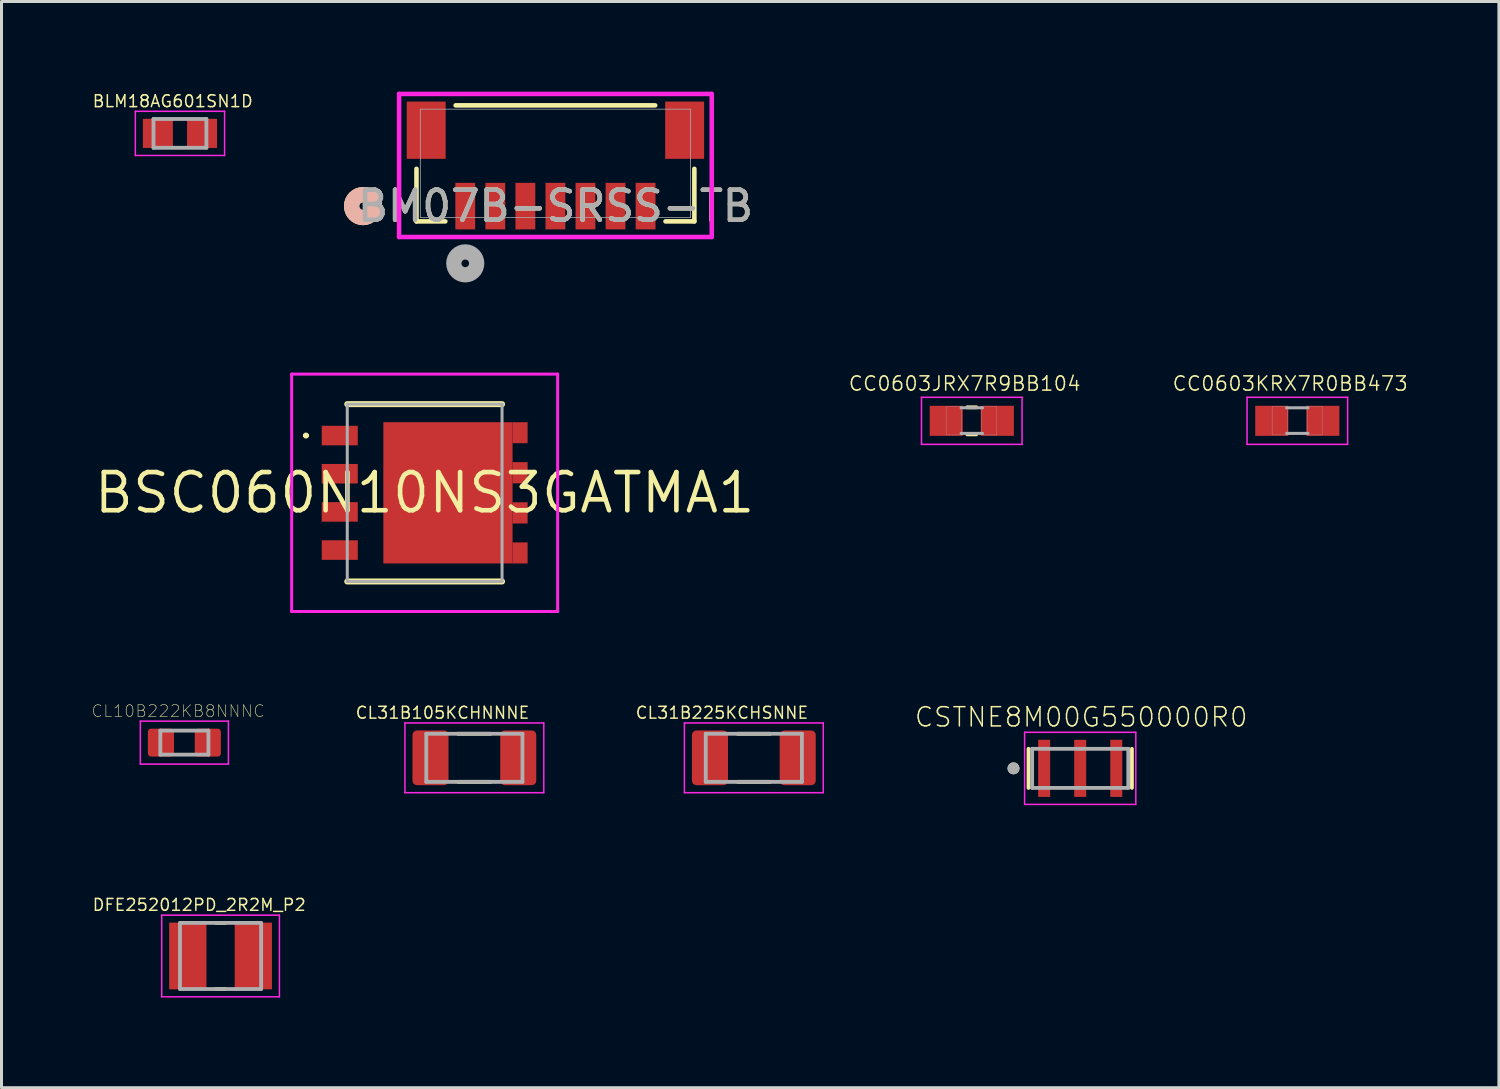
<source format=kicad_pcb>
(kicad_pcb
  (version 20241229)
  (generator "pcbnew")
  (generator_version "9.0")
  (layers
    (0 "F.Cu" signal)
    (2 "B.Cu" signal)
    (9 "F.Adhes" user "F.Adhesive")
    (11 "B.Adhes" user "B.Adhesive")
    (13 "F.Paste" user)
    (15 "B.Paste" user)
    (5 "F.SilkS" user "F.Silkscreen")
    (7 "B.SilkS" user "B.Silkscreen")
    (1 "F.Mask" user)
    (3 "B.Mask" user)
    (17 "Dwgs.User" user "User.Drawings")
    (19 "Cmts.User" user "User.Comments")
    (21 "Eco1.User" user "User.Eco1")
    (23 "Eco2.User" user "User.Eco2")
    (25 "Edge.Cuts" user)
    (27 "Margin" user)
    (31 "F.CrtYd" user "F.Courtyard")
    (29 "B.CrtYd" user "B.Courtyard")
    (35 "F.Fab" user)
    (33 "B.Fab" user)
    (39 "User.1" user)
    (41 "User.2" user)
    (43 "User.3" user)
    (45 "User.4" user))
  (footprint "CL31B225KCHSNNE"
    (layer "F.Cu")
    (at 22.033 22.166)
    (property "Reference" "CL31B225KCHSNNE" (at -1.06 -1.5 0) (layer "F.SilkS") (effects (font (size 0.394 0.394) (thickness 0.05))))
    (attr smd)
    (fp_line (start -0.54 -0.8) (end 0.54 -0.8) (stroke (width 0.127) (type solid)) (layer "F.SilkS"))
    (fp_line (start -0.54 0.8) (end 0.54 0.8) (stroke (width 0.127) (type solid)) (layer "F.SilkS"))
    (fp_line (start -2.31 -1.16) (end 2.31 -1.16) (stroke (width 0.05) (type solid)) (layer "F.CrtYd"))
    (fp_line (start -2.31 1.16) (end -2.31 -1.16) (stroke (width 0.05) (type solid)) (layer "F.CrtYd"))
    (fp_line (start -2.31 1.16) (end 2.31 1.16) (stroke (width 0.05) (type solid)) (layer "F.CrtYd"))
    (fp_line (start 2.31 1.16) (end 2.31 -1.16) (stroke (width 0.05) (type solid)) (layer "F.CrtYd"))
    (fp_line (start -1.6 0.8) (end -1.6 -0.8) (stroke (width 0.127) (type solid)) (layer "F.Fab"))
    (fp_line (start 1.6 -0.8) (end -1.6 -0.8) (stroke (width 0.127) (type solid)) (layer "F.Fab"))
    (fp_line (start 1.6 0.8) (end -1.6 0.8) (stroke (width 0.127) (type solid)) (layer "F.Fab"))
    (fp_line (start 1.6 0.8) (end 1.6 -0.8) (stroke (width 0.127) (type solid)) (layer "F.Fab"))
    (pad "1" smd roundrect (at -1.46 0) (size 1.2 1.82) (layers "F.Cu" "F.Mask" "F.Paste") (roundrect_rratio 0.125))
    (pad "2" smd roundrect (at 1.46 0) (size 1.2 1.82) (layers "F.Cu" "F.Mask" "F.Paste") (roundrect_rratio 0.125)))
  (footprint "BLM18AG601SN1D"
    (layer "F.Cu")
    (at 2.938 1.388)
    (property "Reference" "BLM18AG601SN1D" (at -0.24 -1.07 0) (layer "F.SilkS") (effects (font (size 0.394 0.394) (thickness 0.05))))
    (attr smd)
    (fp_line (start -1.485 -0.735) (end 1.485 -0.735) (stroke (width 0.05) (type solid)) (layer "F.CrtYd"))
    (fp_line (start -1.485 0.735) (end -1.485 -0.735) (stroke (width 0.05) (type solid)) (layer "F.CrtYd"))
    (fp_line (start -1.485 0.735) (end 1.485 0.735) (stroke (width 0.05) (type solid)) (layer "F.CrtYd"))
    (fp_line (start 1.485 0.735) (end 1.485 -0.735) (stroke (width 0.05) (type solid)) (layer "F.CrtYd"))
    (fp_line (start -0.88 0.48) (end -0.88 -0.48) (stroke (width 0.127) (type solid)) (layer "F.Fab"))
    (fp_line (start 0.88 -0.48) (end -0.88 -0.48) (stroke (width 0.127) (type solid)) (layer "F.Fab"))
    (fp_line (start 0.88 0.48) (end -0.88 0.48) (stroke (width 0.127) (type solid)) (layer "F.Fab"))
    (fp_line (start 0.88 0.48) (end 0.88 -0.48) (stroke (width 0.127) (type solid)) (layer "F.Fab"))
    (pad "1" smd rect (at -0.735 0) (size 1 0.97) (layers "F.Cu" "F.Mask" "F.Paste"))
    (pad "2" smd rect (at 0.735 0) (size 1 0.97) (layers "F.Cu" "F.Mask" "F.Paste")))
  (footprint "CC0603JRX7R9BB104"
    (layer "F.Cu")
    (at 29.285 10.952)
    (property "Reference" "CC0603JRX7R9BB104" (at -0.236 -1.239 0) (layer "F.SilkS") (effects (font (size 0.474 0.474) (thickness 0.05))))
    (attr smd)
    (fp_line (start -0.15 -0.45) (end 0.15 -0.45) (stroke (width 0.127) (type solid)) (layer "F.SilkS"))
    (fp_line (start -0.15 0.45) (end 0.15 0.45) (stroke (width 0.127) (type solid)) (layer "F.SilkS"))
    (fp_line (start -1.673 -0.783) (end 1.673 -0.783) (stroke (width 0.051) (type solid)) (layer "F.CrtYd"))
    (fp_line (start -1.673 0.783) (end -1.673 -0.783) (stroke (width 0.051) (type solid)) (layer "F.CrtYd"))
    (fp_line (start 1.673 -0.783) (end 1.673 0.783) (stroke (width 0.051) (type solid)) (layer "F.CrtYd"))
    (fp_line (start 1.673 0.783) (end -1.673 0.783) (stroke (width 0.051) (type solid)) (layer "F.CrtYd"))
    (fp_line (start -0.356 -0.432) (end 0.356 -0.432) (stroke (width 0.102) (type solid)) (layer "F.Fab"))
    (fp_line (start -0.356 0.419) (end 0.356 0.419) (stroke (width 0.102) (type solid)) (layer "F.Fab"))
    (fp_poly (pts (xy -0.839 -0.48) (xy -0.338 -0.48) (xy -0.338 0.47) (xy -0.839 0.47)) (stroke (width 0.01) (type solid)) (fill no) (layer "F.Fab"))
    (fp_poly (pts (xy 0.331 -0.48) (xy 0.83 -0.48) (xy 0.83 0.471) (xy 0.331 0.471)) (stroke (width 0.01) (type solid)) (fill no) (layer "F.Fab"))
    (pad "1" smd rect (at -0.85 0) (size 1.1 1) (layers "F.Cu" "F.Mask" "F.Paste"))
    (pad "2" smd rect (at 0.85 0) (size 1.1 1) (layers "F.Cu" "F.Mask" "F.Paste")))
  (footprint "CC0603KRX7R0BB473"
    (layer "F.Cu")
    (at 40.117 10.952)
    (property "Reference" "CC0603KRX7R0BB473" (at -0.236 -1.239 0) (layer "F.SilkS") (effects (font (size 0.474 0.474) (thickness 0.05))))
    (attr smd)
    (fp_line (start -1.673 -0.783) (end 1.673 -0.783) (stroke (width 0.051) (type solid)) (layer "F.CrtYd"))
    (fp_line (start -1.673 0.783) (end -1.673 -0.783) (stroke (width 0.051) (type solid)) (layer "F.CrtYd"))
    (fp_line (start 1.673 -0.783) (end 1.673 0.783) (stroke (width 0.051) (type solid)) (layer "F.CrtYd"))
    (fp_line (start 1.673 0.783) (end -1.673 0.783) (stroke (width 0.051) (type solid)) (layer "F.CrtYd"))
    (fp_line (start -0.356 -0.432) (end 0.356 -0.432) (stroke (width 0.102) (type solid)) (layer "F.Fab"))
    (fp_line (start -0.356 0.419) (end 0.356 0.419) (stroke (width 0.102) (type solid)) (layer "F.Fab"))
    (fp_poly (pts (xy -0.839 -0.48) (xy -0.338 -0.48) (xy -0.338 0.47) (xy -0.839 0.47)) (stroke (width 0.01) (type solid)) (fill no) (layer "F.Fab"))
    (fp_poly (pts (xy 0.331 -0.48) (xy 0.83 -0.48) (xy 0.83 0.471) (xy 0.331 0.471)) (stroke (width 0.01) (type solid)) (fill no) (layer "F.Fab"))
    (pad "1" smd rect (at -0.85 0) (size 1.1 1) (layers "F.Cu" "F.Mask" "F.Paste"))
    (pad "2" smd rect (at 0.85 0) (size 1.1 1) (layers "F.Cu" "F.Mask" "F.Paste")))
  (footprint "BM07B-SRSS-TB"
    (layer "F.Cu")
    (at 15.431 2.386)
    (property "Reference" "BM07B-SRSS-TB" (at 0 1.422 0) (unlocked yes) (layer "F.SilkS") (effects (font (size 1 1) (thickness 0.15))))
    (attr smd)
    (fp_line (start -4.623 0.182) (end -4.623 1.93) (stroke (width 0.152) (type solid)) (layer "F.SilkS"))
    (fp_line (start -4.623 1.93) (end -3.663 1.93) (stroke (width 0.152) (type solid)) (layer "F.SilkS"))
    (fp_line (start 3.32 -1.93) (end -3.32 -1.93) (stroke (width 0.152) (type solid)) (layer "F.SilkS"))
    (fp_line (start 3.663 1.93) (end 4.623 1.93) (stroke (width 0.152) (type solid)) (layer "F.SilkS"))
    (fp_line (start 4.623 1.93) (end 4.623 0.182) (stroke (width 0.152) (type solid)) (layer "F.SilkS"))
    (fp_circle (center -6.401 1.422) (end -6.02 1.422) (stroke (width 0.508) (type solid)) (fill no) (layer "F.SilkS"))
    (fp_circle (center -6.401 1.422) (end -6.02 1.422) (stroke (width 0.508) (type solid)) (fill no) (layer "B.SilkS"))
    (fp_line (start -5.202 -2.31) (end -5.202 2.45) (stroke (width 0.152) (type solid)) (layer "F.CrtYd"))
    (fp_line (start -5.202 2.45) (end 5.202 2.45) (stroke (width 0.152) (type solid)) (layer "F.CrtYd"))
    (fp_line (start 5.202 -2.31) (end -5.202 -2.31) (stroke (width 0.152) (type solid)) (layer "F.CrtYd"))
    (fp_line (start 5.202 2.45) (end 5.202 -2.31) (stroke (width 0.152) (type solid)) (layer "F.CrtYd"))
    (fp_line (start -4.496 -1.803) (end -4.496 1.803) (stroke (width 0.025) (type solid)) (layer "F.Fab"))
    (fp_line (start -4.496 1.803) (end 4.496 1.803) (stroke (width 0.025) (type solid)) (layer "F.Fab"))
    (fp_line (start 4.496 -1.803) (end -4.496 -1.803) (stroke (width 0.025) (type solid)) (layer "F.Fab"))
    (fp_line (start 4.496 1.803) (end 4.496 -1.803) (stroke (width 0.025) (type solid)) (layer "F.Fab"))
    (fp_circle (center -3 3.327) (end -2.619 3.327) (stroke (width 0.508) (type solid)) (fill no) (layer "F.Fab"))
    (fp_text user "${REFERENCE}" (at 0 1.422 0) (unlocked yes) (layer "F.Fab") (effects (font (size 1 1) (thickness 0.15))))
    (pad "1" smd rect (at -3 1.422) (size 0.66 1.549) (layers "F.Cu" "F.Mask" "F.Paste"))
    (pad "2" smd rect (at -2 1.422) (size 0.66 1.549) (layers "F.Cu" "F.Mask" "F.Paste"))
    (pad "3" smd rect (at -1 1.422) (size 0.66 1.549) (layers "F.Cu" "F.Mask" "F.Paste"))
    (pad "4" smd rect (at 0 1.422) (size 0.66 1.549) (layers "F.Cu" "F.Mask" "F.Paste"))
    (pad "5" smd rect (at 1 1.422) (size 0.66 1.549) (layers "F.Cu" "F.Mask" "F.Paste"))
    (pad "6" smd rect (at 2 1.422) (size 0.66 1.549) (layers "F.Cu" "F.Mask" "F.Paste"))
    (pad "7" smd rect (at 3 1.422) (size 0.66 1.549) (layers "F.Cu" "F.Mask" "F.Paste"))
    (pad "8" smd rect (at -4.3 -1.103) (size 1.295 1.905) (layers "F.Cu" "F.Mask" "F.Paste"))
    (pad "9" smd rect (at 4.3 -1.103) (size 1.295 1.905) (layers "F.Cu" "F.Mask" "F.Paste")))
  (footprint "DFE252012PD_2R2M_P2"
    (layer "F.Cu")
    (at 4.289 28.759)
    (property "Reference" "DFE252012PD_2R2M_P2" (at -0.71 -1.7 0) (layer "F.SilkS") (effects (font (size 0.394 0.394) (thickness 0.05))))
    (attr smd)
    (fp_line (start -0.15 -1.1) (end 0.15 -1.1) (stroke (width 0.127) (type solid)) (layer "F.SilkS"))
    (fp_line (start -0.15 1.1) (end 0.15 1.1) (stroke (width 0.127) (type solid)) (layer "F.SilkS"))
    (fp_line (start -1.958 -1.358) (end 1.958 -1.358) (stroke (width 0.05) (type solid)) (layer "F.CrtYd"))
    (fp_line (start -1.958 1.358) (end -1.958 -1.358) (stroke (width 0.05) (type solid)) (layer "F.CrtYd"))
    (fp_line (start -1.958 1.358) (end 1.958 1.358) (stroke (width 0.05) (type solid)) (layer "F.CrtYd"))
    (fp_line (start 1.958 1.358) (end 1.958 -1.358) (stroke (width 0.05) (type solid)) (layer "F.CrtYd"))
    (fp_line (start -1.35 1.1) (end -1.35 -1.1) (stroke (width 0.127) (type solid)) (layer "F.Fab"))
    (fp_line (start 1.35 -1.1) (end -1.35 -1.1) (stroke (width 0.127) (type solid)) (layer "F.Fab"))
    (fp_line (start 1.35 1.1) (end -1.35 1.1) (stroke (width 0.127) (type solid)) (layer "F.Fab"))
    (fp_line (start 1.35 1.1) (end 1.35 -1.1) (stroke (width 0.127) (type solid)) (layer "F.Fab"))
    (pad "1" smd rect (at -1.09 0) (size 1.24 2.22) (layers "F.Cu" "F.Mask" "F.Paste"))
    (pad "2" smd rect (at 1.09 0) (size 1.24 2.22) (layers "F.Cu" "F.Mask" "F.Paste")))
  (footprint "BSC060N10NS3GATMA1"
    (layer "F.Cu")
    (at 11.08 13.348)
    (property "Reference" "BSC060N10NS3GATMA1" (at 0 0 0) (layer "F.SilkS") (effects (font (size 1.27 1.27) (thickness 0.154))))
    (attr smd)
    (fp_line (start -4 -1.905) (end -4 -1.905) (stroke (width 0.1) (type solid)) (layer "F.SilkS"))
    (fp_line (start -3.9 -1.905) (end -3.9 -1.905) (stroke (width 0.1) (type solid)) (layer "F.SilkS"))
    (fp_line (start 2.575 -2.95) (end -2.575 -2.95) (stroke (width 0.2) (type solid)) (layer "F.SilkS"))
    (fp_line (start 2.575 2.95) (end -2.575 2.95) (stroke (width 0.2) (type solid)) (layer "F.SilkS"))
    (fp_arc (start -4 -1.905) (mid -3.95 -1.955) (end -3.9 -1.905) (stroke (width 0.1) (type solid)) (layer "F.SilkS"))
    (fp_arc (start -3.9 -1.905) (mid -3.95 -1.855) (end -4 -1.905) (stroke (width 0.1) (type solid)) (layer "F.SilkS"))
    (fp_line (start -4.425 -3.95) (end -4.425 3.95) (stroke (width 0.1) (type solid)) (layer "F.CrtYd"))
    (fp_line (start -4.425 3.95) (end 4.425 3.95) (stroke (width 0.1) (type solid)) (layer "F.CrtYd"))
    (fp_line (start 4.425 -3.95) (end -4.425 -3.95) (stroke (width 0.1) (type solid)) (layer "F.CrtYd"))
    (fp_line (start 4.425 3.95) (end 4.425 -3.95) (stroke (width 0.1) (type solid)) (layer "F.CrtYd"))
    (fp_line (start -2.575 -2.95) (end -2.575 2.95) (stroke (width 0.1) (type solid)) (layer "F.Fab"))
    (fp_line (start -2.575 2.95) (end 2.575 2.95) (stroke (width 0.1) (type solid)) (layer "F.Fab"))
    (fp_line (start 2.575 -2.95) (end -2.575 -2.95) (stroke (width 0.1) (type solid)) (layer "F.Fab"))
    (fp_line (start 2.575 2.95) (end 2.575 -2.95) (stroke (width 0.1) (type solid)) (layer "F.Fab"))
    (pad "1" smd rect (at -2.825 -1.905 90) (size 0.65 1.2) (layers "F.Cu" "F.Mask" "F.Paste"))
    (pad "2" smd rect (at -2.825 -0.635 90) (size 0.65 1.2) (layers "F.Cu" "F.Mask" "F.Paste"))
    (pad "3" smd rect (at -2.825 0.635 90) (size 0.65 1.2) (layers "F.Cu" "F.Mask" "F.Paste"))
    (pad "4" smd rect (at -2.825 1.905 90) (size 0.65 1.2) (layers "F.Cu" "F.Mask" "F.Paste"))
    (pad "5" smd rect (at 3.175 2) (size 0.5 0.7) (layers "F.Cu" "F.Mask" "F.Paste"))
    (pad "6" smd rect (at 3.175 0.668) (size 0.5 0.705) (layers "F.Cu" "F.Mask" "F.Paste"))
    (pad "7" smd rect (at 3.175 -0.668) (size 0.5 0.705) (layers "F.Cu" "F.Mask" "F.Paste"))
    (pad "8" smd rect (at 3.175 -2) (size 0.5 0.7) (layers "F.Cu" "F.Mask" "F.Paste"))
    (pad "9" smd rect (at 0.775 0) (size 4.3 4.7) (layers "F.Cu" "F.Mask" "F.Paste")))
  (footprint "CL31B105KCHNNNE"
    (layer "F.Cu")
    (at 12.734 22.166)
    (property "Reference" "CL31B105KCHNNNE" (at -1.06 -1.5 0) (layer "F.SilkS") (effects (font (size 0.394 0.394) (thickness 0.05))))
    (attr smd)
    (fp_line (start -0.54 -0.8) (end 0.54 -0.8) (stroke (width 0.127) (type solid)) (layer "F.SilkS"))
    (fp_line (start -0.54 0.8) (end 0.54 0.8) (stroke (width 0.127) (type solid)) (layer "F.SilkS"))
    (fp_line (start -2.31 -1.16) (end 2.31 -1.16) (stroke (width 0.05) (type solid)) (layer "F.CrtYd"))
    (fp_line (start -2.31 1.16) (end -2.31 -1.16) (stroke (width 0.05) (type solid)) (layer "F.CrtYd"))
    (fp_line (start -2.31 1.16) (end 2.31 1.16) (stroke (width 0.05) (type solid)) (layer "F.CrtYd"))
    (fp_line (start 2.31 1.16) (end 2.31 -1.16) (stroke (width 0.05) (type solid)) (layer "F.CrtYd"))
    (fp_line (start -1.6 0.8) (end -1.6 -0.8) (stroke (width 0.127) (type solid)) (layer "F.Fab"))
    (fp_line (start 1.6 -0.8) (end -1.6 -0.8) (stroke (width 0.127) (type solid)) (layer "F.Fab"))
    (fp_line (start 1.6 0.8) (end -1.6 0.8) (stroke (width 0.127) (type solid)) (layer "F.Fab"))
    (fp_line (start 1.6 0.8) (end 1.6 -0.8) (stroke (width 0.127) (type solid)) (layer "F.Fab"))
    (pad "1" smd roundrect (at -1.46 0) (size 1.2 1.82) (layers "F.Cu" "F.Mask" "F.Paste") (roundrect_rratio 0.125))
    (pad "2" smd roundrect (at 1.46 0) (size 1.2 1.82) (layers "F.Cu" "F.Mask" "F.Paste") (roundrect_rratio 0.125)))
  (footprint "CL10B222KB8NNNC"
    (layer "F.Cu")
    (at 3.085 21.66)
    (property "Reference" "CL10B222KB8NNNC" (at -0.21 -1.05 0) (layer "F.SilkS") (effects (font (size 0.394 0.394) (thickness 0.018))))
    (attr smd)
    (fp_line (start -1.465 -0.715) (end 1.465 -0.715) (stroke (width 0.05) (type solid)) (layer "F.CrtYd"))
    (fp_line (start -1.465 0.715) (end -1.465 -0.715) (stroke (width 0.05) (type solid)) (layer "F.CrtYd"))
    (fp_line (start -1.465 0.715) (end 1.465 0.715) (stroke (width 0.05) (type solid)) (layer "F.CrtYd"))
    (fp_line (start 1.465 0.715) (end 1.465 -0.715) (stroke (width 0.05) (type solid)) (layer "F.CrtYd"))
    (fp_line (start -0.8 0.4) (end -0.8 -0.4) (stroke (width 0.127) (type solid)) (layer "F.Fab"))
    (fp_line (start 0.8 -0.4) (end -0.8 -0.4) (stroke (width 0.127) (type solid)) (layer "F.Fab"))
    (fp_line (start 0.8 0.4) (end -0.8 0.4) (stroke (width 0.127) (type solid)) (layer "F.Fab"))
    (fp_line (start 0.8 0.4) (end 0.8 -0.4) (stroke (width 0.127) (type solid)) (layer "F.Fab"))
    (pad "1" smd roundrect (at -0.78 0) (size 0.87 0.93) (layers "F.Cu" "F.Mask" "F.Paste") (roundrect_rratio 0.125))
    (pad "2" smd roundrect (at 0.78 0) (size 0.87 0.93) (layers "F.Cu" "F.Mask" "F.Paste") (roundrect_rratio 0.125)))
  (footprint "CSTNE8M00G550000R0"
    (layer "F.Cu")
    (at 32.893 22.516)
    (property "Reference" "CSTNE8M00G550000R0" (at 0.032 -1.706 0) (layer "F.SilkS") (effects (font (size 0.64 0.64) (thickness 0.05))))
    (attr smd)
    (fp_line (start -1.72 -0.65) (end -1.72 0.65) (stroke (width 0.127) (type solid)) (layer "F.SilkS"))
    (fp_line (start 1.72 -0.65) (end 1.72 0.65) (stroke (width 0.127) (type solid)) (layer "F.SilkS"))
    (fp_circle (center -2.22 0) (end -2.12 0) (stroke (width 0.2) (type solid)) (fill no) (layer "F.SilkS"))
    (fp_line (start -1.85 -1.2) (end 1.85 -1.2) (stroke (width 0.05) (type solid)) (layer "F.CrtYd"))
    (fp_line (start -1.85 1.2) (end -1.85 -1.2) (stroke (width 0.05) (type solid)) (layer "F.CrtYd"))
    (fp_line (start 1.85 -1.2) (end 1.85 1.2) (stroke (width 0.05) (type solid)) (layer "F.CrtYd"))
    (fp_line (start 1.85 1.2) (end -1.85 1.2) (stroke (width 0.05) (type solid)) (layer "F.CrtYd"))
    (fp_line (start -1.6 -0.65) (end -1.6 0.65) (stroke (width 0.127) (type solid)) (layer "F.Fab"))
    (fp_line (start -1.6 -0.65) (end 1.6 -0.65) (stroke (width 0.127) (type solid)) (layer "F.Fab"))
    (fp_line (start 1.6 -0.65) (end 1.6 0.65) (stroke (width 0.127) (type solid)) (layer "F.Fab"))
    (fp_line (start 1.6 0.65) (end -1.6 0.65) (stroke (width 0.127) (type solid)) (layer "F.Fab"))
    (fp_circle (center -2.22 0) (end -2.12 0) (stroke (width 0.2) (type solid)) (fill no) (layer "F.Fab"))
    (pad "1" smd rect (at -1.2 0) (size 0.4 1.9) (layers "F.Cu" "F.Mask" "F.Paste"))
    (pad "2" smd rect (at 0 0) (size 0.4 1.9) (layers "F.Cu" "F.Mask" "F.Paste"))
    (pad "3" smd rect (at 1.2 0) (size 0.4 1.9) (layers "F.Cu" "F.Mask" "F.Paste")))
  (gr_rect
    (start -3 -3)
    (end 46.825 33.142)
    (stroke (width 0.1) (type default))
    (fill no)
    (layer "Edge.Cuts")))
</source>
